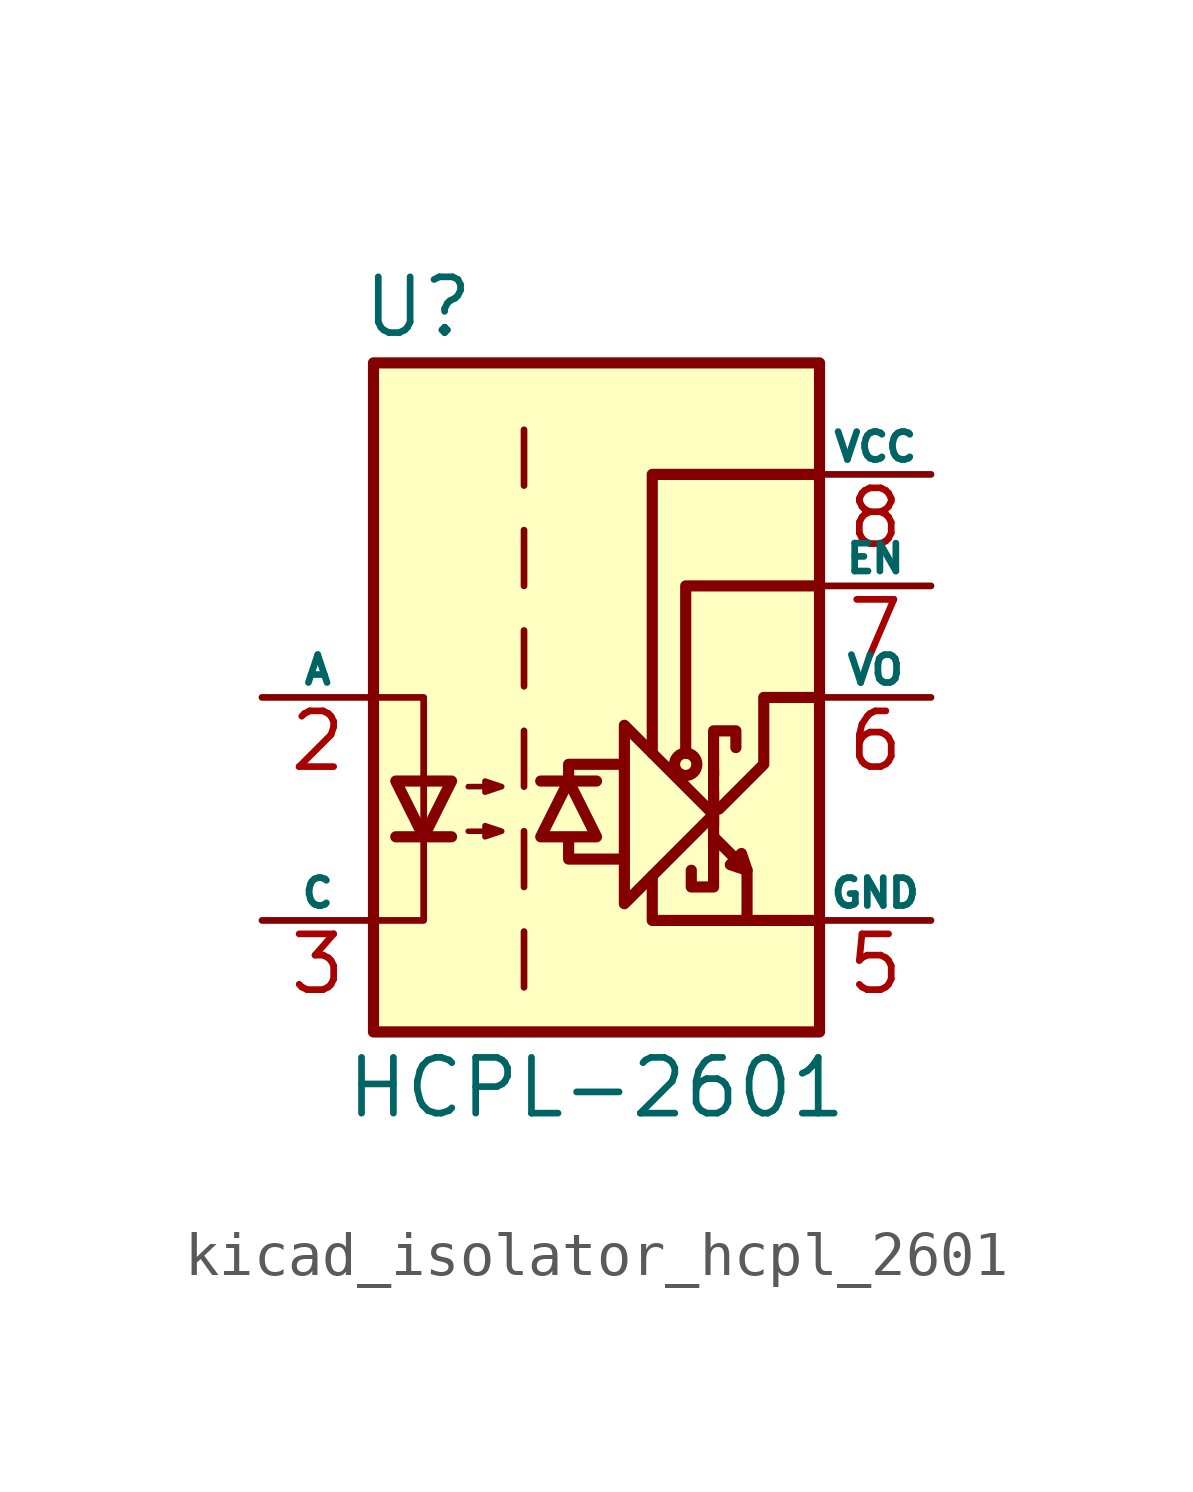
<source format=kicad_sym>
(kicad_symbol_lib
  (version 20220914)
  (generator kicad_symbol_editor)
  (symbol "kicad_isolator_hcpl_2601"
    (pin_names
      (offset 0))
    (property "Reference" "U"
      (at -4.064 8.89 0)
      (effects (font (size 1.27 1.27))))
    (property "Value" "HCPL-2601"
      (at 0 -8.89 0)
      (effects (font (size 1.27 1.27))))
    (symbol "kicad_isolator_hcpl_2601_0_1"
      (polyline (pts (xy 2.667 -3.556) (xy 2.667 -1.651)) (stroke (width 0.254) (type default)) (fill (type none)))
      (polyline (pts (xy 2.667 -2.159) (xy 2.667 -2.921)) (stroke (width 0.254) (type default)) (fill (type none)))
      (polyline (pts (xy 3.429 -3.937) (xy 3.429 -5.08)) (stroke (width 0.254) (type default)) (fill (type none)))
      (polyline (pts (xy -0.635 -3.302) (xy -0.635 -3.683) (xy 0.635 -3.683)) (stroke (width 0.254) (type default)) (fill (type none)))
      (polyline (pts (xy -0.635 -1.905) (xy -0.635 -1.524) (xy 0.508 -1.524)) (stroke (width 0.254) (type default)) (fill (type none)))
      (polyline (pts (xy 1.27 -4.064) (xy 1.27 -5.08) (xy 5.08 -5.08)) (stroke (width 0.254) (type default)) (fill (type none)))
      (polyline (pts (xy 1.27 -1.27) (xy 1.27 5.08) (xy 5.08 5.08)) (stroke (width 0.254) (type default)) (fill (type none)))
      (polyline (pts (xy 2.032 -1.27) (xy 2.032 2.54) (xy 5.08 2.54)) (stroke (width 0.254) (type default)) (fill (type none)))
      (polyline (pts (xy -5.08 -5.08) (xy -3.937 -5.08) (xy -3.937 0) (xy -5.08 0)) (stroke (width 0) (type default)) (fill (type none)))
      (polyline (pts (xy 2.667 -3.302) (xy 2.667 -4.318) (xy 2.159 -4.318) (xy 2.159 -3.937)) (stroke (width 0.254) (type default)) (fill (type none)))
      (polyline (pts (xy 2.667 -2.667) (xy 0.635 -4.699) (xy 0.635 -0.635) (xy 2.667 -2.667)) (stroke (width 0.254) (type default)) (fill (type none)))
      (polyline (pts (xy 2.667 -1.778) (xy 2.667 -0.762) (xy 3.175 -0.762) (xy 3.175 -1.143)) (stroke (width 0.254) (type default)) (fill (type none)))
      (polyline (pts (xy 2.794 -2.54) (xy 3.81 -1.524) (xy 3.81 0) (xy 5.08 0)) (stroke (width 0.254) (type default)) (fill (type none)))
      (polyline (pts (xy 2.667 -3.175) (xy 3.429 -3.937) (xy 3.302 -3.556) (xy 3.048 -3.81) (xy 3.429 -3.937)) (stroke (width 0.254) (type default)) (fill (type none)))
      (circle (center 2.032 -1.524) (radius 0.254) (stroke (width 0.254) (type default)) (fill (type none))))
    (symbol "kicad_isolator_hcpl_2601_1_1"
      (rectangle (start -5.08 7.62) (end 5.08 -7.62) (stroke (width 0.254) (type default)) (fill (type background)))
      (polyline (pts (xy -4.572 -3.175) (xy -3.302 -3.175)) (stroke (width 0.254) (type default)) (fill (type none)))
      (polyline (pts (xy -1.651 -5.334) (xy -1.651 -6.604)) (stroke (width 0) (type default)) (fill (type none)))
      (polyline (pts (xy -1.651 -3.048) (xy -1.651 -4.318)) (stroke (width 0) (type default)) (fill (type none)))
      (polyline (pts (xy -1.651 -0.762) (xy -1.651 -2.032)) (stroke (width 0) (type default)) (fill (type none)))
      (polyline (pts (xy -1.651 1.524) (xy -1.651 0.254)) (stroke (width 0) (type default)) (fill (type none)))
      (polyline (pts (xy -1.651 3.81) (xy -1.651 2.54)) (stroke (width 0) (type default)) (fill (type none)))
      (polyline (pts (xy -1.651 6.096) (xy -1.651 4.826)) (stroke (width 0) (type default)) (fill (type none)))
      (polyline (pts (xy -1.27 -1.905) (xy 0 -1.905)) (stroke (width 0.254) (type default)) (fill (type none)))
      (polyline (pts (xy -3.937 -3.175) (xy -4.572 -1.905) (xy -3.302 -1.905) (xy -3.937 -3.175)) (stroke (width 0.254) (type default)) (fill (type none)))
      (polyline (pts (xy -0.635 -1.905) (xy -1.27 -3.175) (xy 0 -3.175) (xy -0.635 -1.905)) (stroke (width 0.254) (type default)) (fill (type none)))
      (polyline (pts (xy -2.921 -3.048) (xy -2.159 -3.048) (xy -2.54 -3.175) (xy -2.54 -2.921) (xy -2.159 -3.048)) (stroke (width 0.127) (type default)) (fill (type none)))
      (polyline (pts (xy -2.921 -2.032) (xy -2.159 -2.032) (xy -2.54 -2.159) (xy -2.54 -1.905) (xy -2.159 -2.032)) (stroke (width 0.127) (type default)) (fill (type none)))
      (pin no_connect line (at -5.08 5.08 0) (length 2.54) hide (name "NC" (effects (font (size 0.635 0.635)))) (number "1" (effects (font (size 1.27 1.27)))))
      (pin passive line (at -7.62 0 0) (length 2.54) (name "A" (effects (font (size 0.635 0.635)))) (number "2" (effects (font (size 1.27 1.27)))))
      (pin passive line (at -7.62 -5.08 0) (length 2.54) (name "C" (effects (font (size 0.635 0.635)))) (number "3" (effects (font (size 1.27 1.27)))))
      (pin power_in line (at 7.62 -5.08 180) (length 2.54) (name "GND" (effects (font (size 0.635 0.635)))) (number "5" (effects (font (size 1.27 1.27)))))
      (pin open_collector line (at 7.62 0 180) (length 2.54) (name "VO" (effects (font (size 0.635 0.635)))) (number "6" (effects (font (size 1.27 1.27)))))
      (pin input line (at 7.62 2.54 180) (length 2.54) (name "EN" (effects (font (size 0.635 0.635)))) (number "7" (effects (font (size 1.27 1.27)))))
      (pin power_in line (at 7.62 5.08 180) (length 2.54) (name "VCC" (effects (font (size 0.635 0.635)))) (number "8" (effects (font (size 1.27 1.27))))))))
</source>
